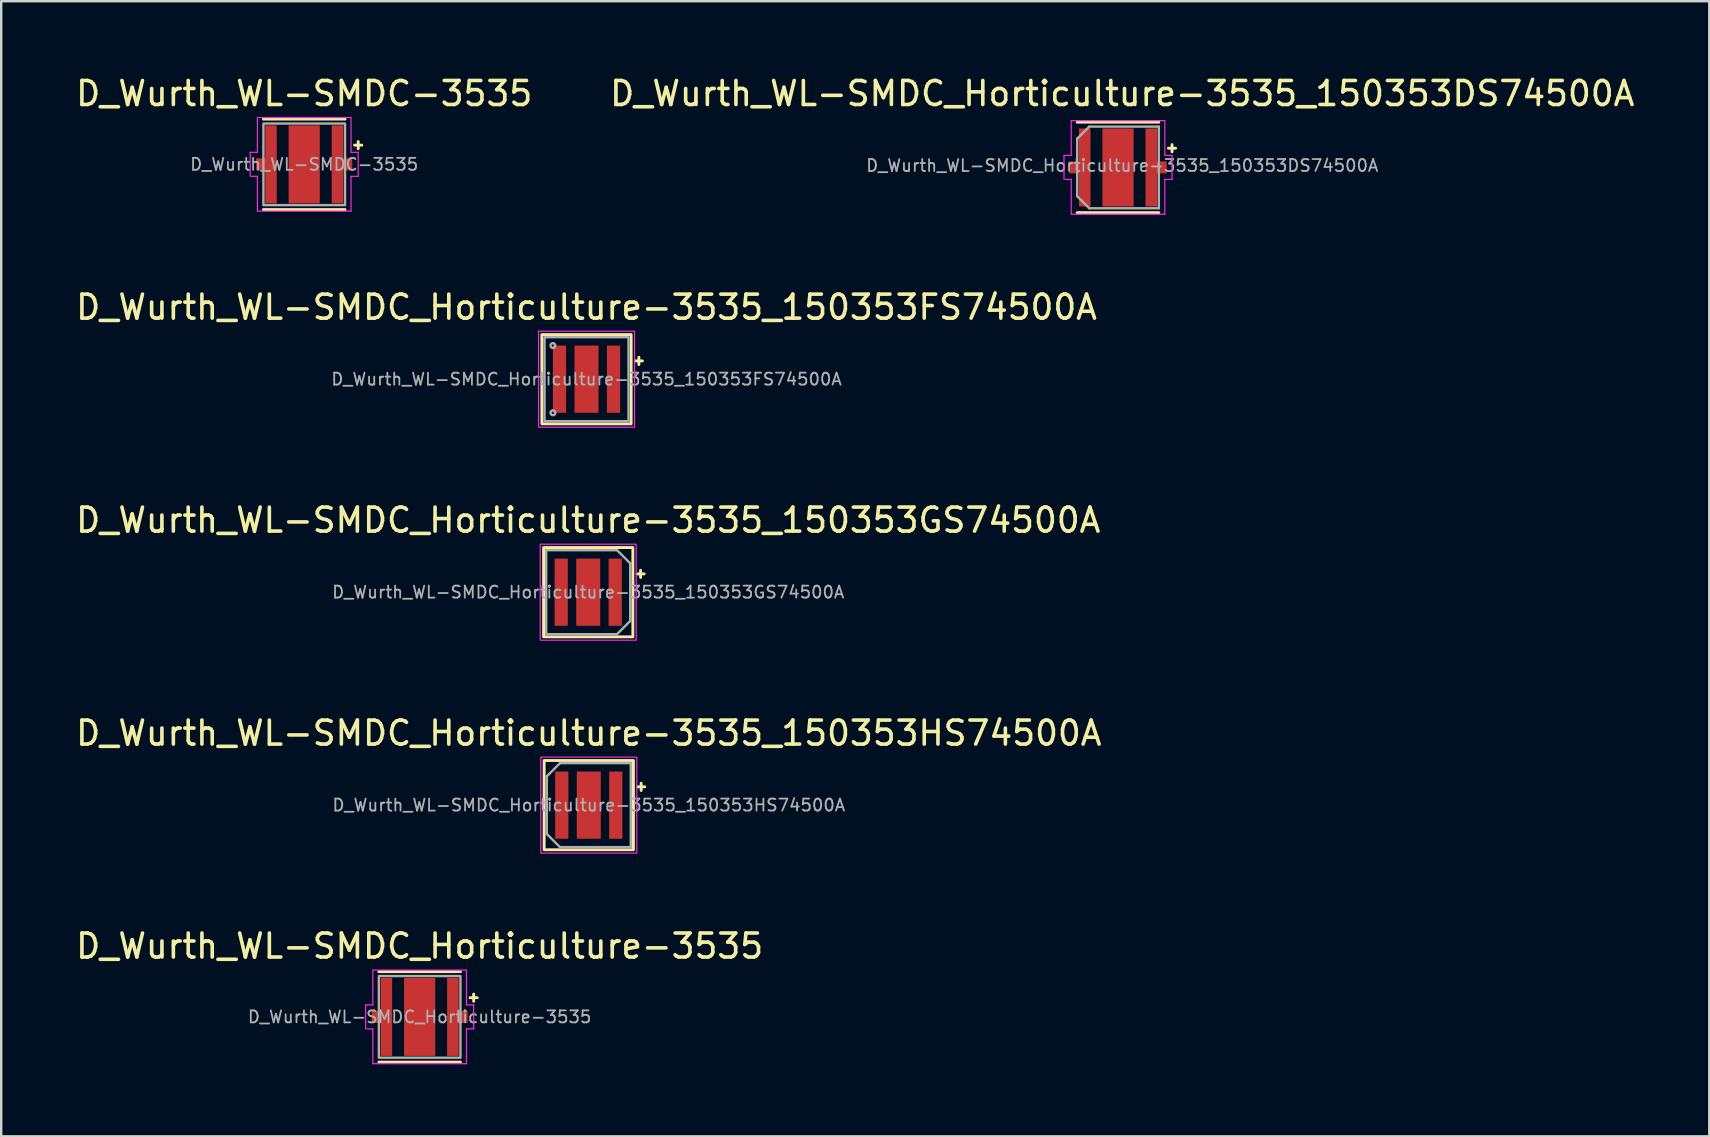
<source format=kicad_pcb>
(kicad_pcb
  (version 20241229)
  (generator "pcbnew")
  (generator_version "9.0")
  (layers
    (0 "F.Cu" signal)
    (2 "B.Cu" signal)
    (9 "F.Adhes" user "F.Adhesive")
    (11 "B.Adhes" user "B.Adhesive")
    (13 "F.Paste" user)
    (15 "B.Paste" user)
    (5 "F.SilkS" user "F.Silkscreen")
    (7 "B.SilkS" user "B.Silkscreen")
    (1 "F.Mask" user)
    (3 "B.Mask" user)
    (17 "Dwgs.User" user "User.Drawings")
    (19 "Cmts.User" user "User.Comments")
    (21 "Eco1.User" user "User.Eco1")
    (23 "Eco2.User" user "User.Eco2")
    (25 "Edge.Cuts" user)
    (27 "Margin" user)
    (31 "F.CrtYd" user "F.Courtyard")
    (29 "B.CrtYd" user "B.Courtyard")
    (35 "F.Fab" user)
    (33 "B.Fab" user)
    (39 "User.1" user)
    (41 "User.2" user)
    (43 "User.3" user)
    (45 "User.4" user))
  (footprint "D_Wurth_WL-SMDC_Horticulture-3535_150353HS74500A"
    (layer "F.Cu")
    (at 21.482 30.496)
    (property "Reference" "D_Wurth_WL-SMDC_Horticulture-3535_150353HS74500A" (at 0 -3 0) (unlocked yes) (layer "F.SilkS") (effects (font (size 1 1) (thickness 0.15))))
    (attr smd)
    (fp_line (start 2.032 -0.762) (end 2.332 -0.762) (stroke (width 0.12) (type default)) (layer "F.SilkS"))
    (fp_line (start 2.182 -0.912) (end 2.182 -0.612) (stroke (width 0.12) (type default)) (layer "F.SilkS"))
    (fp_rect (start -1.86 -1.86) (end 1.86 1.86) (stroke (width 0.12) (type default)) (fill no) (layer "F.SilkS"))
    (fp_rect (start -2 -2) (end 2 2) (stroke (width 0.05) (type solid)) (fill no) (layer "F.CrtYd"))
    (fp_line (start -1.75 -1.2) (end -1.75 1.2) (stroke (width 0.1) (type default)) (layer "F.Fab"))
    (fp_line (start -1.75 1.2) (end -1.2 1.75) (stroke (width 0.1) (type default)) (layer "F.Fab"))
    (fp_line (start -1.2 -1.75) (end -1.75 -1.2) (stroke (width 0.1) (type default)) (layer "F.Fab"))
    (fp_line (start -1.2 1.75) (end 1.75 1.75) (stroke (width 0.1) (type default)) (layer "F.Fab"))
    (fp_line (start 1.75 -1.75) (end -1.2 -1.75) (stroke (width 0.1) (type default)) (layer "F.Fab"))
    (fp_line (start 1.75 1.75) (end 1.75 -1.75) (stroke (width 0.1) (type default)) (layer "F.Fab"))
    (fp_text user "${REFERENCE}" (at 0 0 0) (unlocked yes) (layer "F.Fab") (effects (font (size 0.5 0.5) (thickness 0.075))))
    (pad "1" smd rect (at -1.125 0) (size 0.55 2.8) (layers "F.Cu" "F.Mask" "F.Paste"))
    (pad "2" smd rect (at 1.125 0) (size 0.55 2.8) (layers "F.Cu" "F.Mask" "F.Paste"))
    (pad "3" smd rect (at 0 0) (size 1 2.8) (layers "F.Cu" "F.Mask" "F.Paste")))
  (footprint "D_Wurth_WL-SMDC-3535"
    (layer "F.Cu")
    (at 9.625 3.798)
    (property "Reference" "D_Wurth_WL-SMDC-3535" (at 0 -2.95 0) (unlocked yes) (layer "F.SilkS") (effects (font (size 1 1) (thickness 0.15))))
    (attr smd)
    (fp_line (start -1.7 -1.885) (end 1.7 -1.885) (stroke (width 0.12) (type solid)) (layer "F.SilkS"))
    (fp_line (start -1.7 1.885) (end 1.7 1.885) (stroke (width 0.12) (type solid)) (layer "F.SilkS"))
    (fp_line (start 2.1 -0.8) (end 2.4 -0.8) (stroke (width 0.12) (type default)) (layer "F.SilkS"))
    (fp_line (start 2.25 -0.95) (end 2.25 -0.65) (stroke (width 0.12) (type default)) (layer "F.SilkS"))
    (fp_line (start -2.25 -0.5) (end -1.95 -0.5) (stroke (width 0.05) (type default)) (layer "F.CrtYd"))
    (fp_line (start -2.25 0.5) (end -2.25 -0.5) (stroke (width 0.05) (type default)) (layer "F.CrtYd"))
    (fp_line (start -1.95 -1.95) (end 1.95 -1.95) (stroke (width 0.05) (type default)) (layer "F.CrtYd"))
    (fp_line (start -1.95 -0.5) (end -1.95 -1.95) (stroke (width 0.05) (type default)) (layer "F.CrtYd"))
    (fp_line (start -1.95 0.5) (end -2.2 0.5) (stroke (width 0.05) (type default)) (layer "F.CrtYd"))
    (fp_line (start -1.95 1.95) (end -1.95 0.5) (stroke (width 0.05) (type default)) (layer "F.CrtYd"))
    (fp_line (start 1.95 -1.95) (end 1.95 -0.5) (stroke (width 0.05) (type default)) (layer "F.CrtYd"))
    (fp_line (start 1.95 -0.5) (end 2.25 -0.5) (stroke (width 0.05) (type default)) (layer "F.CrtYd"))
    (fp_line (start 1.95 0.5) (end 1.95 1.95) (stroke (width 0.05) (type default)) (layer "F.CrtYd"))
    (fp_line (start 1.95 1.95) (end -1.95 1.95) (stroke (width 0.05) (type default)) (layer "F.CrtYd"))
    (fp_line (start 2.25 -0.5) (end 2.25 0.5) (stroke (width 0.05) (type default)) (layer "F.CrtYd"))
    (fp_line (start 2.25 0.5) (end 1.95 0.5) (stroke (width 0.05) (type default)) (layer "F.CrtYd"))
    (fp_rect (start -1.7 -1.7) (end 1.7 1.7) (stroke (width 0.1) (type solid)) (fill no) (layer "F.Fab"))
    (fp_text user "${REFERENCE}" (at 0 0 0) (unlocked yes) (layer "F.Fab") (effects (font (size 0.5 0.5) (thickness 0.075))))
    (pad "" smd rect (at 0 0) (size 1.3 3.25) (layers "F.Cu" "F.Mask" "F.Paste"))
    (pad "1" smd custom (at -1.385 0) (size 0.48 3.25) (layers "F.Cu" "F.Mask" "F.Paste") (options (anchor rect)) (primitives (gr_poly (pts (xy -0.24 -0.25) (xy -0.24 0.25) (xy -0.615 0.25) (xy -0.615 -0.25)) (width 0) (fill yes))))
    (pad "2" smd custom (at 1.385 0) (size 0.48 3.25) (layers "F.Cu" "F.Mask" "F.Paste") (options (anchor rect)) (primitives (gr_poly (pts (xy 0.24 -0.25) (xy 0.24 0.25) (xy 0.615 0.25) (xy 0.615 -0.25)) (width 0) (fill yes)))))
  (footprint "D_Wurth_WL-SMDC_Horticulture-3535_150353DS74500A"
    (layer "F.Cu")
    (at 43.532 3.926)
    (property "Reference" "D_Wurth_WL-SMDC_Horticulture-3535_150353DS74500A" (at 0.176 -3.078 0) (unlocked yes) (layer "F.SilkS") (effects (font (size 1 1) (thickness 0.15))))
    (attr smd)
    (fp_line (start -1.7 -1.885) (end 1.7 -1.885) (stroke (width 0.12) (type solid)) (layer "F.SilkS"))
    (fp_line (start -1.7 1.885) (end 1.7 1.885) (stroke (width 0.12) (type solid)) (layer "F.SilkS"))
    (fp_line (start 2.1 -0.8) (end 2.4 -0.8) (stroke (width 0.12) (type default)) (layer "F.SilkS"))
    (fp_line (start 2.25 -0.95) (end 2.25 -0.65) (stroke (width 0.12) (type default)) (layer "F.SilkS"))
    (fp_line (start -2.25 -0.5) (end -1.95 -0.5) (stroke (width 0.05) (type default)) (layer "F.CrtYd"))
    (fp_line (start -2.25 0.5) (end -2.25 -0.5) (stroke (width 0.05) (type default)) (layer "F.CrtYd"))
    (fp_line (start -1.95 -1.95) (end 1.95 -1.95) (stroke (width 0.05) (type default)) (layer "F.CrtYd"))
    (fp_line (start -1.95 -0.5) (end -1.95 -1.95) (stroke (width 0.05) (type default)) (layer "F.CrtYd"))
    (fp_line (start -1.95 0.5) (end -2.2 0.5) (stroke (width 0.05) (type default)) (layer "F.CrtYd"))
    (fp_line (start -1.95 1.95) (end -1.95 0.5) (stroke (width 0.05) (type default)) (layer "F.CrtYd"))
    (fp_line (start 1.95 -1.95) (end 1.95 -0.5) (stroke (width 0.05) (type default)) (layer "F.CrtYd"))
    (fp_line (start 1.95 -0.5) (end 2.25 -0.5) (stroke (width 0.05) (type default)) (layer "F.CrtYd"))
    (fp_line (start 1.95 0.5) (end 1.95 1.95) (stroke (width 0.05) (type default)) (layer "F.CrtYd"))
    (fp_line (start 1.95 1.95) (end -1.95 1.95) (stroke (width 0.05) (type default)) (layer "F.CrtYd"))
    (fp_line (start 2.25 -0.5) (end 2.25 0.5) (stroke (width 0.05) (type default)) (layer "F.CrtYd"))
    (fp_line (start 2.25 0.5) (end 1.95 0.5) (stroke (width 0.05) (type default)) (layer "F.CrtYd"))
    (fp_line (start -1.7 -1.2) (end -1.2 -1.7) (stroke (width 0.1) (type default)) (layer "F.Fab"))
    (fp_line (start -1.7 1.2) (end -1.7 -1.2) (stroke (width 0.1) (type default)) (layer "F.Fab"))
    (fp_line (start -1.7 1.2) (end -1.2 1.7) (stroke (width 0.1) (type default)) (layer "F.Fab"))
    (fp_line (start -1.2 -1.7) (end 1.7 -1.7) (stroke (width 0.1) (type default)) (layer "F.Fab"))
    (fp_line (start 1.7 -1.7) (end 1.7 1.7) (stroke (width 0.1) (type default)) (layer "F.Fab"))
    (fp_line (start 1.7 1.7) (end -1.2 1.7) (stroke (width 0.1) (type default)) (layer "F.Fab"))
    (fp_text user "${REFERENCE}" (at 0.176 -0.078 0) (unlocked yes) (layer "F.Fab") (effects (font (size 0.5 0.5) (thickness 0.075))))
    (pad "" smd rect (at 0 0) (size 1.3 3.25) (layers "F.Cu" "F.Mask" "F.Paste"))
    (pad "1" smd custom (at -1.385 0) (size 0.48 3.25) (layers "F.Cu" "F.Mask" "F.Paste") (options (anchor rect)) (primitives (gr_poly (pts (xy -0.24 -0.25) (xy -0.24 0.25) (xy -0.64 0.25) (xy -0.64 -0.25)) (width 0) (fill yes))))
    (pad "2" smd custom (at 1.385 0) (size 0.48 3.25) (layers "F.Cu" "F.Mask" "F.Paste") (options (anchor rect)) (primitives (gr_poly (pts (xy 0.24 -0.25) (xy 0.24 0.25) (xy 0.64 0.25) (xy 0.64 -0.25)) (width 0) (fill yes)))))
  (footprint "D_Wurth_WL-SMDC_Horticulture-3535_150353FS74500A"
    (layer "F.Cu")
    (at 21.387 12.749)
    (property "Reference" "D_Wurth_WL-SMDC_Horticulture-3535_150353FS74500A" (at 0 -3 0) (unlocked yes) (layer "F.SilkS") (effects (font (size 1 1) (thickness 0.15))))
    (attr smd)
    (fp_line (start 2.032 -0.762) (end 2.332 -0.762) (stroke (width 0.12) (type default)) (layer "F.SilkS"))
    (fp_line (start 2.182 -0.912) (end 2.182 -0.612) (stroke (width 0.12) (type default)) (layer "F.SilkS"))
    (fp_rect (start -1.86 -1.86) (end 1.86 1.86) (stroke (width 0.12) (type default)) (fill no) (layer "F.SilkS"))
    (fp_rect (start -2 -2) (end 2 2) (stroke (width 0.05) (type solid)) (fill no) (layer "F.CrtYd"))
    (fp_rect (start -1.75 -1.75) (end 1.75 1.75) (stroke (width 0.1) (type solid)) (fill no) (layer "F.Fab"))
    (fp_circle (center -1.4 -1.4) (end -1.3 -1.4) (stroke (width 0.1) (type default)) (fill no) (layer "F.Fab"))
    (fp_circle (center -1.4 1.4) (end -1.3 1.4) (stroke (width 0.1) (type default)) (fill no) (layer "F.Fab"))
    (fp_text user "${REFERENCE}" (at 0 0 0) (unlocked yes) (layer "F.Fab") (effects (font (size 0.5 0.5) (thickness 0.075))))
    (pad "1" smd rect (at -1.125 0) (size 0.55 2.8) (layers "F.Cu" "F.Mask" "F.Paste"))
    (pad "2" smd rect (at 1.125 0) (size 0.55 2.8) (layers "F.Cu" "F.Mask" "F.Paste"))
    (pad "3" smd rect (at 0 0) (size 1 2.8) (layers "F.Cu" "F.Mask" "F.Paste")))
  (footprint "D_Wurth_WL-SMDC_Horticulture-3535"
    (layer "F.Cu")
    (at 14.435 39.319)
    (property "Reference" "D_Wurth_WL-SMDC_Horticulture-3535" (at 0 -2.95 0) (unlocked yes) (layer "F.SilkS") (effects (font (size 1 1) (thickness 0.15))))
    (attr smd)
    (fp_line (start -1.7 -1.885) (end 1.7 -1.885) (stroke (width 0.12) (type solid)) (layer "F.SilkS"))
    (fp_line (start -1.7 1.885) (end 1.7 1.885) (stroke (width 0.12) (type solid)) (layer "F.SilkS"))
    (fp_line (start 2.1 -0.8) (end 2.4 -0.8) (stroke (width 0.12) (type default)) (layer "F.SilkS"))
    (fp_line (start 2.25 -0.95) (end 2.25 -0.65) (stroke (width 0.12) (type default)) (layer "F.SilkS"))
    (fp_line (start -2.25 -0.5) (end -1.95 -0.5) (stroke (width 0.05) (type default)) (layer "F.CrtYd"))
    (fp_line (start -2.25 0.5) (end -2.25 -0.5) (stroke (width 0.05) (type default)) (layer "F.CrtYd"))
    (fp_line (start -1.95 -1.95) (end 1.95 -1.95) (stroke (width 0.05) (type default)) (layer "F.CrtYd"))
    (fp_line (start -1.95 -0.5) (end -1.95 -1.95) (stroke (width 0.05) (type default)) (layer "F.CrtYd"))
    (fp_line (start -1.95 0.5) (end -2.2 0.5) (stroke (width 0.05) (type default)) (layer "F.CrtYd"))
    (fp_line (start -1.95 1.95) (end -1.95 0.5) (stroke (width 0.05) (type default)) (layer "F.CrtYd"))
    (fp_line (start 1.95 -1.95) (end 1.95 -0.5) (stroke (width 0.05) (type default)) (layer "F.CrtYd"))
    (fp_line (start 1.95 -0.5) (end 2.25 -0.5) (stroke (width 0.05) (type default)) (layer "F.CrtYd"))
    (fp_line (start 1.95 0.5) (end 1.95 1.95) (stroke (width 0.05) (type default)) (layer "F.CrtYd"))
    (fp_line (start 1.95 1.95) (end -1.95 1.95) (stroke (width 0.05) (type default)) (layer "F.CrtYd"))
    (fp_line (start 2.25 -0.5) (end 2.25 0.5) (stroke (width 0.05) (type default)) (layer "F.CrtYd"))
    (fp_line (start 2.25 0.5) (end 1.95 0.5) (stroke (width 0.05) (type default)) (layer "F.CrtYd"))
    (fp_rect (start -1.7 -1.7) (end 1.7 1.7) (stroke (width 0.1) (type solid)) (fill no) (layer "F.Fab"))
    (fp_text user "${REFERENCE}" (at 0 0 0) (unlocked yes) (layer "F.Fab") (effects (font (size 0.5 0.5) (thickness 0.075))))
    (pad "" smd rect (at 0 0) (size 1.3 3.25) (layers "F.Cu" "F.Mask" "F.Paste"))
    (pad "1" smd custom (at -1.385 0) (size 0.48 3.25) (layers "F.Cu" "F.Mask" "F.Paste") (options (anchor rect)) (primitives (gr_poly (pts (xy -0.24 -0.25) (xy -0.24 0.25) (xy -0.615 0.25) (xy -0.615 -0.25)) (width 0) (fill yes))))
    (pad "2" smd custom (at 1.385 0) (size 0.48 3.25) (layers "F.Cu" "F.Mask" "F.Paste") (options (anchor rect)) (primitives (gr_poly (pts (xy 0.24 -0.25) (xy 0.24 0.25) (xy 0.615 0.25) (xy 0.615 -0.25)) (width 0) (fill yes)))))
  (footprint "D_Wurth_WL-SMDC_Horticulture-3535_150353GS74500A"
    (layer "F.Cu")
    (at 21.458 21.623)
    (property "Reference" "D_Wurth_WL-SMDC_Horticulture-3535_150353GS74500A" (at 0 -3 0) (unlocked yes) (layer "F.SilkS") (effects (font (size 1 1) (thickness 0.15))))
    (attr smd)
    (fp_line (start 2.032 -0.762) (end 2.332 -0.762) (stroke (width 0.12) (type default)) (layer "F.SilkS"))
    (fp_line (start 2.182 -0.912) (end 2.182 -0.612) (stroke (width 0.12) (type default)) (layer "F.SilkS"))
    (fp_rect (start -1.86 -1.86) (end 1.86 1.86) (stroke (width 0.12) (type solid)) (fill no) (layer "F.SilkS"))
    (fp_rect (start -2 -2) (end 2 2) (stroke (width 0.05) (type solid)) (fill no) (layer "F.CrtYd"))
    (fp_line (start -1.75 -1.75) (end 1.2 -1.75) (stroke (width 0.1) (type default)) (layer "F.Fab"))
    (fp_line (start -1.75 1.75) (end -1.75 -1.75) (stroke (width 0.1) (type default)) (layer "F.Fab"))
    (fp_line (start 1.2 -1.75) (end 1.75 -1.2) (stroke (width 0.1) (type default)) (layer "F.Fab"))
    (fp_line (start 1.2 1.75) (end -1.75 1.75) (stroke (width 0.1) (type default)) (layer "F.Fab"))
    (fp_line (start 1.75 -1.2) (end 1.75 1.2) (stroke (width 0.1) (type default)) (layer "F.Fab"))
    (fp_line (start 1.75 1.2) (end 1.2 1.75) (stroke (width 0.1) (type default)) (layer "F.Fab"))
    (fp_text user "${REFERENCE}" (at 0 0 0) (unlocked yes) (layer "F.Fab") (effects (font (size 0.5 0.5) (thickness 0.075))))
    (pad "1" smd rect (at -1.125 0) (size 0.55 2.8) (layers "F.Cu" "F.Mask" "F.Paste"))
    (pad "2" smd rect (at 1.125 0) (size 0.55 2.8) (layers "F.Cu" "F.Mask" "F.Paste"))
    (pad "3" smd rect (at 0 0) (size 1 2.8) (layers "F.Cu" "F.Mask" "F.Paste")))
  (gr_rect
    (start -3 -3)
    (end 68.167 44.294)
    (stroke (width 0.1) (type default))
    (fill no)
    (layer "Edge.Cuts")))
</source>
